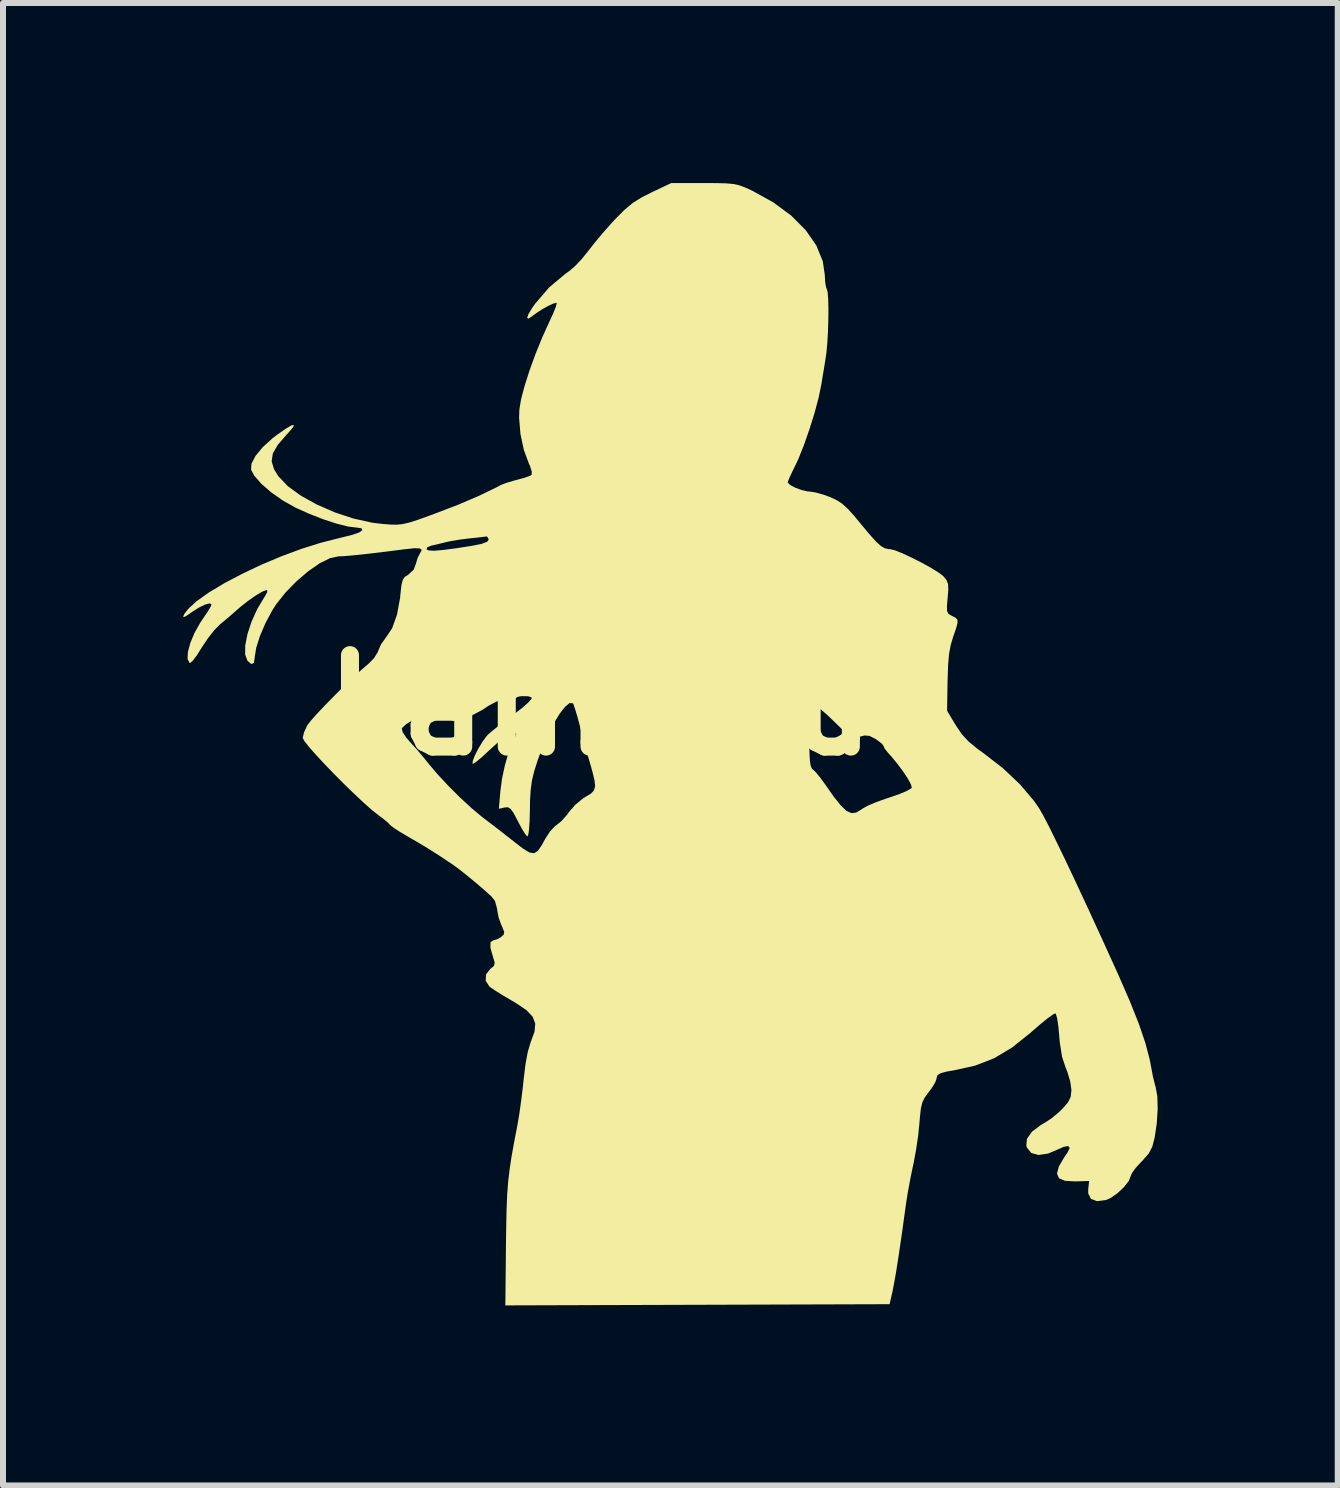
<source format=kicad_pcb>
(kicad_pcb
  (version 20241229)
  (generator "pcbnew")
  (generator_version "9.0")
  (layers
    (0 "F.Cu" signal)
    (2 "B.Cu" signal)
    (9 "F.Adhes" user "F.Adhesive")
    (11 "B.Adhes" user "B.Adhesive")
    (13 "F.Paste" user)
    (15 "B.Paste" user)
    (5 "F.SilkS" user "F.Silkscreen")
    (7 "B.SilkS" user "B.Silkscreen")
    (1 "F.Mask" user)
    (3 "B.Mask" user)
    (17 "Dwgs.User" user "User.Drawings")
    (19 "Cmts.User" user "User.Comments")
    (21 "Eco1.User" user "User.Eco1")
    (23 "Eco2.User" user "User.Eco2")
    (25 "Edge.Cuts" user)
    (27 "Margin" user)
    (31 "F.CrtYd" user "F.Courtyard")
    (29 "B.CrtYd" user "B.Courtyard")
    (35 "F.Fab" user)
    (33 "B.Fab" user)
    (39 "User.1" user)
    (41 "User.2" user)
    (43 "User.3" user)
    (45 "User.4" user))
  (footprint "kanbaru"
    (layer "F.Cu")
    (at 6.954 8.7)
    (property "Reference" "kanbaru" (at 0 0 0) (layer "F.SilkS") (effects (font (size 1.524 1.524) (thickness 0.3))))
    (attr through_hole)
    (fp_poly (pts (xy 1.94 -8.699) (xy 2.099 -8.695) (xy 2.217 -8.684) (xy 2.312 -8.663) (xy 2.405 -8.629) (xy 2.513 -8.58) (xy 2.527 -8.574) (xy 2.879 -8.379) (xy 3.179 -8.158) (xy 3.42 -7.916) (xy 3.597 -7.661) (xy 3.705 -7.397) (xy 3.738 -7.172) (xy 3.745 -7.049) (xy 3.76 -6.96) (xy 3.771 -6.936) (xy 3.786 -6.881) (xy 3.795 -6.765) (xy 3.799 -6.604) (xy 3.797 -6.416) (xy 3.791 -6.219) (xy 3.78 -6.031) (xy 3.765 -5.868) (xy 3.755 -5.8) (xy 3.727 -5.624) (xy 3.697 -5.444) (xy 3.68 -5.34) (xy 3.636 -5.126) (xy 3.567 -4.867) (xy 3.481 -4.593) (xy 3.389 -4.33) (xy 3.299 -4.105) (xy 3.259 -4.02) (xy 3.193 -3.884) (xy 3.144 -3.777) (xy 3.121 -3.718) (xy 3.12 -3.713) (xy 3.155 -3.673) (xy 3.24 -3.627) (xy 3.348 -3.586) (xy 3.453 -3.562) (xy 3.485 -3.56) (xy 3.584 -3.545) (xy 3.721 -3.507) (xy 3.822 -3.47) (xy 3.929 -3.421) (xy 4.022 -3.362) (xy 4.115 -3.279) (xy 4.226 -3.157) (xy 4.345 -3.013) (xy 4.488 -2.842) (xy 4.593 -2.725) (xy 4.674 -2.652) (xy 4.741 -2.614) (xy 4.806 -2.601) (xy 4.829 -2.6) (xy 4.907 -2.581) (xy 5.034 -2.53) (xy 5.19 -2.457) (xy 5.356 -2.373) (xy 5.511 -2.287) (xy 5.637 -2.209) (xy 5.713 -2.15) (xy 5.716 -2.147) (xy 5.768 -2.082) (xy 5.793 -2.015) (xy 5.796 -1.92) (xy 5.785 -1.788) (xy 5.773 -1.649) (xy 5.776 -1.568) (xy 5.798 -1.523) (xy 5.847 -1.493) (xy 5.86 -1.487) (xy 5.919 -1.457) (xy 5.949 -1.422) (xy 5.949 -1.365) (xy 5.921 -1.266) (xy 5.876 -1.136) (xy 5.836 -1.002) (xy 5.809 -0.854) (xy 5.793 -0.671) (xy 5.785 -0.431) (xy 5.784 -0.404) (xy 5.776 0.092) (xy 5.922 0.336) (xy 6.019 0.48) (xy 6.132 0.603) (xy 6.281 0.726) (xy 6.384 0.8) (xy 6.706 1.049) (xy 6.993 1.321) (xy 7.228 1.599) (xy 7.308 1.715) (xy 7.374 1.83) (xy 7.471 2.015) (xy 7.595 2.267) (xy 7.747 2.581) (xy 7.923 2.954) (xy 8.123 3.383) (xy 8.344 3.864) (xy 8.585 4.394) (xy 8.633 4.5) (xy 8.822 4.934) (xy 8.971 5.308) (xy 9.08 5.629) (xy 9.152 5.903) (xy 9.178 6.04) (xy 9.206 6.189) (xy 9.242 6.332) (xy 9.251 6.36) (xy 9.279 6.518) (xy 9.285 6.73) (xy 9.269 6.972) (xy 9.234 7.206) (xy 9.195 7.356) (xy 9.134 7.472) (xy 9.029 7.591) (xy 9.016 7.604) (xy 8.922 7.705) (xy 8.858 7.792) (xy 8.838 7.838) (xy 8.805 7.924) (xy 8.724 8.028) (xy 8.615 8.131) (xy 8.5 8.211) (xy 8.424 8.244) (xy 8.272 8.263) (xy 8.172 8.225) (xy 8.127 8.133) (xy 8.128 8.06) (xy 8.143 7.927) (xy 7.907 7.934) (xy 7.74 7.924) (xy 7.641 7.882) (xy 7.607 7.803) (xy 7.639 7.684) (xy 7.735 7.52) (xy 7.782 7.454) (xy 7.819 7.377) (xy 7.794 7.345) (xy 7.715 7.359) (xy 7.657 7.386) (xy 7.46 7.47) (xy 7.299 7.494) (xy 7.178 7.46) (xy 7.105 7.369) (xy 7.096 7.339) (xy 7.107 7.224) (xy 7.19 7.106) (xy 7.34 6.993) (xy 7.4 6.959) (xy 7.511 6.887) (xy 7.636 6.784) (xy 7.695 6.727) (xy 7.789 6.619) (xy 7.835 6.528) (xy 7.847 6.423) (xy 7.847 6.405) (xy 7.828 6.27) (xy 7.782 6.115) (xy 7.756 6.051) (xy 7.692 5.861) (xy 7.653 5.612) (xy 7.644 5.503) (xy 7.629 5.344) (xy 7.61 5.218) (xy 7.589 5.145) (xy 7.58 5.134) (xy 7.537 5.155) (xy 7.447 5.22) (xy 7.324 5.32) (xy 7.181 5.444) (xy 7.167 5.457) (xy 6.861 5.702) (xy 6.56 5.882) (xy 6.245 6.005) (xy 5.927 6.076) (xy 5.764 6.105) (xy 5.666 6.132) (xy 5.616 6.165) (xy 5.6 6.211) (xy 5.6 6.225) (xy 5.576 6.289) (xy 5.516 6.386) (xy 5.47 6.446) (xy 5.405 6.534) (xy 5.364 6.617) (xy 5.339 6.719) (xy 5.323 6.866) (xy 5.316 6.954) (xy 5.295 7.166) (xy 5.259 7.408) (xy 5.218 7.632) (xy 5.211 7.66) (xy 5.167 7.872) (xy 5.124 8.104) (xy 5.091 8.311) (xy 5.087 8.34) (xy 5.025 8.791) (xy 4.97 9.164) (xy 4.924 9.458) (xy 4.885 9.674) (xy 4.868 9.76) (xy 4.818 9.98) (xy 1.617 9.99) (xy -1.584 10) (xy -1.574 8.989) (xy -1.569 8.652) (xy -1.563 8.376) (xy -1.553 8.143) (xy -1.537 7.936) (xy -1.513 7.734) (xy -1.481 7.521) (xy -1.437 7.278) (xy -1.382 6.991) (xy -1.352 6.814) (xy -1.321 6.593) (xy -1.292 6.36) (xy -1.279 6.233) (xy -1.249 5.984) (xy -1.21 5.775) (xy -1.165 5.624) (xy -1.159 5.607) (xy -1.098 5.44) (xy -1.086 5.305) (xy -1.129 5.19) (xy -1.234 5.08) (xy -1.406 4.963) (xy -1.473 4.924) (xy -1.621 4.837) (xy -1.748 4.758) (xy -1.833 4.7) (xy -1.85 4.687) (xy -1.912 4.59) (xy -1.905 4.483) (xy -1.833 4.392) (xy -1.83 4.39) (xy -1.773 4.343) (xy -1.761 4.289) (xy -1.789 4.195) (xy -1.79 4.192) (xy -1.833 4.04) (xy -1.831 3.948) (xy -1.788 3.92) (xy -1.716 3.898) (xy -1.658 3.864) (xy -1.612 3.823) (xy -1.603 3.778) (xy -1.633 3.701) (xy -1.651 3.662) (xy -1.697 3.535) (xy -1.72 3.412) (xy -1.72 3.397) (xy -1.757 3.262) (xy -1.814 3.188) (xy -1.934 3.08) (xy -2.081 2.954) (xy -2.234 2.828) (xy -2.37 2.721) (xy -2.454 2.66) (xy -2.676 2.512) (xy -2.864 2.392) (xy -3.047 2.282) (xy -3.189 2.2) (xy -3.326 2.119) (xy -3.434 2.05) (xy -3.496 2.003) (xy -3.503 1.995) (xy -3.548 1.95) (xy -3.635 1.879) (xy -3.694 1.836) (xy -3.804 1.749) (xy -3.944 1.625) (xy -4.104 1.475) (xy -4.275 1.309) (xy -4.446 1.137) (xy -4.608 0.969) (xy -4.75 0.815) (xy -4.863 0.686) (xy -4.936 0.592) (xy -4.96 0.545) (xy -4.939 0.454) (xy -4.909 0.389) (xy -3.309 0.389) (xy -3.295 0.449) (xy -3.233 0.543) (xy -3.172 0.613) (xy -3.054 0.743) (xy -2.926 0.895) (xy -2.858 0.98) (xy -2.716 1.148) (xy -2.537 1.34) (xy -2.341 1.536) (xy -2.148 1.714) (xy -1.98 1.855) (xy -1.948 1.88) (xy -1.829 1.97) (xy -1.674 2.089) (xy -1.511 2.217) (xy -1.449 2.266) (xy -1.294 2.386) (xy -1.185 2.453) (xy -1.106 2.467) (xy -1.041 2.426) (xy -0.975 2.328) (xy -0.916 2.22) (xy -0.841 2.105) (xy -0.76 2.017) (xy -0.728 1.994) (xy -0.649 1.93) (xy -0.559 1.829) (xy -0.526 1.782) (xy -0.419 1.659) (xy -0.286 1.55) (xy -0.245 1.525) (xy -0.159 1.473) (xy -0.108 1.42) (xy -0.088 1.35) (xy -0.099 1.246) (xy -0.137 1.093) (xy -0.175 0.96) (xy -0.216 0.819) (xy -0.267 0.632) (xy -0.291 0.54) (xy 3.48 0.54) (xy 3.482 0.76) (xy 3.489 0.911) (xy 3.502 1.005) (xy 3.523 1.056) (xy 3.537 1.068) (xy 3.588 1.116) (xy 3.665 1.21) (xy 3.747 1.323) (xy 3.893 1.531) (xy 4.009 1.675) (xy 4.102 1.762) (xy 4.183 1.798) (xy 4.261 1.789) (xy 4.344 1.74) (xy 4.366 1.724) (xy 4.447 1.678) (xy 4.582 1.62) (xy 4.745 1.561) (xy 4.815 1.538) (xy 4.972 1.484) (xy 5.098 1.432) (xy 5.174 1.389) (xy 5.188 1.374) (xy 5.174 1.319) (xy 5.121 1.221) (xy 5.039 1.098) (xy 4.94 0.966) (xy 4.838 0.843) (xy 4.79 0.791) (xy 4.736 0.723) (xy 4.72 0.683) (xy 4.689 0.641) (xy 4.612 0.581) (xy 4.586 0.563) (xy 4.483 0.511) (xy 4.398 0.504) (xy 4.323 0.525) (xy 4.259 0.544) (xy 4.206 0.542) (xy 4.147 0.51) (xy 4.065 0.439) (xy 3.944 0.321) (xy 3.942 0.319) (xy 3.788 0.17) (xy 3.678 0.074) (xy 3.6 0.023) (xy 3.547 0.011) (xy 3.52 0.02) (xy 3.504 0.069) (xy 3.491 0.183) (xy 3.483 0.349) (xy 3.48 0.54) (xy -0.291 0.54) (xy -0.319 0.435) (xy -0.337 0.367) (xy -0.38 0.204) (xy -0.42 0.071) (xy -0.448 -0.013) (xy -0.458 -0.032) (xy -0.512 -0.037) (xy -0.586 0.023) (xy -0.676 0.137) (xy -0.773 0.295) (xy -0.872 0.486) (xy -0.966 0.701) (xy -1.043 0.91) (xy -1.103 1.098) (xy -1.141 1.255) (xy -1.162 1.41) (xy -1.173 1.594) (xy -1.175 1.746) (xy -1.18 1.932) (xy -1.19 2.076) (xy -1.204 2.165) (xy -1.217 2.187) (xy -1.252 2.148) (xy -1.31 2.056) (xy -1.376 1.931) (xy -1.377 1.929) (xy -1.446 1.798) (xy -1.497 1.727) (xy -1.543 1.7) (xy -1.596 1.704) (xy -1.692 1.725) (xy -1.667 1.432) (xy -1.639 1.223) (xy -1.592 1.002) (xy -1.532 0.794) (xy -1.466 0.626) (xy -1.433 0.564) (xy -1.404 0.493) (xy -1.408 0.459) (xy -1.465 0.456) (xy -1.567 0.511) (xy -1.707 0.619) (xy -1.872 0.769) (xy -1.983 0.872) (xy -2.072 0.945) (xy -2.123 0.977) (xy -2.13 0.977) (xy -2.127 0.929) (xy -2.092 0.837) (xy -2.034 0.723) (xy -1.965 0.609) (xy -1.897 0.516) (xy -1.873 0.489) (xy -1.801 0.427) (xy -1.683 0.333) (xy -1.538 0.223) (xy -1.449 0.157) (xy -1.308 0.049) (xy -1.205 -0.042) (xy -1.149 -0.106) (xy -1.144 -0.127) (xy -1.199 -0.149) (xy -1.307 -0.151) (xy -1.445 -0.136) (xy -1.59 -0.107) (xy -1.719 -0.066) (xy -1.724 -0.064) (xy -1.853 0.002) (xy -1.969 0.079) (xy -2.143 0.171) (xy -2.329 0.185) (xy -2.529 0.121) (xy -2.532 0.12) (xy -2.642 0.068) (xy -2.713 0.051) (xy -2.779 0.068) (xy -2.846 0.101) (xy -2.974 0.168) (xy -3.113 0.241) (xy -3.134 0.252) (xy -3.234 0.314) (xy -3.299 0.373) (xy -3.309 0.389) (xy -4.909 0.389) (xy -4.889 0.345) (xy -4.882 0.332) (xy -4.823 0.256) (xy -4.719 0.139) (xy -4.582 -0.006) (xy -4.425 -0.166) (xy -4.262 -0.328) (xy -4.104 -0.478) (xy -3.966 -0.604) (xy -3.867 -0.688) (xy -3.774 -0.782) (xy -3.711 -0.883) (xy -3.702 -0.908) (xy -3.654 -1.017) (xy -3.579 -1.121) (xy -3.47 -1.283) (xy -3.389 -1.51) (xy -3.338 -1.787) (xy -3.332 -1.851) (xy -3.316 -1.998) (xy -3.294 -2.087) (xy -3.258 -2.139) (xy -3.206 -2.171) (xy -3.111 -2.259) (xy -3.077 -2.35) (xy -3.044 -2.458) (xy -3.003 -2.536) (xy -2.976 -2.586) (xy -2.987 -2.596) (xy -2.898 -2.596) (xy -2.858 -2.578) (xy -2.767 -2.574) (xy -2.617 -2.587) (xy -2.403 -2.615) (xy -2.14 -2.656) (xy -1.978 -2.689) (xy -1.887 -2.724) (xy -1.86 -2.761) (xy -1.886 -2.808) (xy -1.908 -2.811) (xy -1.973 -2.802) (xy -2.088 -2.789) (xy -2.188 -2.779) (xy -2.345 -2.759) (xy -2.493 -2.735) (xy -2.56 -2.72) (xy -2.691 -2.688) (xy -2.811 -2.661) (xy -2.812 -2.661) (xy -2.884 -2.632) (xy -2.898 -2.596) (xy -2.987 -2.596) (xy -3.005 -2.612) (xy -3.097 -2.616) (xy -3.259 -2.599) (xy -3.26 -2.599) (xy -3.588 -2.557) (xy -3.875 -2.523) (xy -4.109 -2.498) (xy -4.281 -2.483) (xy -4.365 -2.48) (xy -4.508 -2.449) (xy -4.682 -2.362) (xy -4.871 -2.23) (xy -5.063 -2.066) (xy -5.244 -1.881) (xy -5.4 -1.685) (xy -5.468 -1.58) (xy -5.581 -1.368) (xy -5.673 -1.153) (xy -5.735 -0.957) (xy -5.76 -0.803) (xy -5.76 -0.794) (xy -5.775 -0.703) (xy -5.817 -0.686) (xy -5.881 -0.741) (xy -5.919 -0.844) (xy -5.918 -0.997) (xy -5.881 -1.185) (xy -5.813 -1.392) (xy -5.718 -1.602) (xy -5.601 -1.798) (xy -5.592 -1.81) (xy -5.552 -1.883) (xy -5.553 -1.919) (xy -5.558 -1.92) (xy -5.627 -1.896) (xy -5.737 -1.832) (xy -5.869 -1.74) (xy -6.002 -1.635) (xy -6.049 -1.594) (xy -6.174 -1.484) (xy -6.305 -1.374) (xy -6.34 -1.345) (xy -6.431 -1.253) (xy -6.538 -1.118) (xy -6.638 -0.968) (xy -6.646 -0.955) (xy -6.725 -0.83) (xy -6.793 -0.741) (xy -6.838 -0.702) (xy -6.844 -0.703) (xy -6.879 -0.768) (xy -6.874 -0.884) (xy -6.834 -1.034) (xy -6.764 -1.203) (xy -6.668 -1.374) (xy -6.62 -1.446) (xy -6.545 -1.556) (xy -6.494 -1.642) (xy -6.48 -1.679) (xy -6.51 -1.697) (xy -6.587 -1.677) (xy -6.692 -1.626) (xy -6.808 -1.552) (xy -6.83 -1.535) (xy -6.92 -1.475) (xy -6.954 -1.472) (xy -6.932 -1.522) (xy -6.869 -1.603) (xy -6.727 -1.734) (xy -6.521 -1.88) (xy -6.264 -2.034) (xy -5.969 -2.189) (xy -5.649 -2.341) (xy -5.316 -2.481) (xy -4.985 -2.604) (xy -4.668 -2.704) (xy -4.56 -2.732) (xy -4.393 -2.774) (xy -4.229 -2.815) (xy -4.13 -2.84) (xy -4.017 -2.879) (xy -3.966 -2.918) (xy -3.98 -2.948) (xy -4.064 -2.96) (xy -4.066 -2.96) (xy -4.204 -2.977) (xy -4.394 -3.025) (xy -4.615 -3.097) (xy -4.847 -3.187) (xy -5.072 -3.288) (xy -5.08 -3.292) (xy -5.289 -3.409) (xy -5.483 -3.545) (xy -5.647 -3.687) (xy -5.766 -3.822) (xy -5.821 -3.923) (xy -5.814 -4.025) (xy -5.746 -4.155) (xy -5.626 -4.3) (xy -5.461 -4.45) (xy -5.394 -4.501) (xy -5.244 -4.606) (xy -5.148 -4.663) (xy -5.107 -4.67) (xy -5.124 -4.628) (xy -5.202 -4.537) (xy -5.227 -4.51) (xy -5.375 -4.339) (xy -5.458 -4.195) (xy -5.478 -4.063) (xy -5.437 -3.929) (xy -5.366 -3.815) (xy -5.21 -3.651) (xy -4.991 -3.491) (xy -4.724 -3.343) (xy -4.426 -3.213) (xy -4.114 -3.11) (xy -3.802 -3.041) (xy -3.627 -3.02) (xy -3.496 -3.01) (xy -3.392 -3.008) (xy -3.295 -3.018) (xy -3.187 -3.043) (xy -3.05 -3.086) (xy -2.865 -3.153) (xy -2.76 -3.191) (xy -2.362 -3.344) (xy -2.025 -3.488) (xy -1.728 -3.632) (xy -1.66 -3.668) (xy -1.574 -3.702) (xy -1.448 -3.74) (xy -1.38 -3.758) (xy -1.259 -3.791) (xy -1.171 -3.823) (xy -1.147 -3.838) (xy -1.143 -3.89) (xy -1.172 -3.983) (xy -1.191 -4.025) (xy -1.275 -4.25) (xy -1.332 -4.516) (xy -1.355 -4.788) (xy -1.35 -4.93) (xy -1.322 -5.097) (xy -1.264 -5.318) (xy -1.182 -5.575) (xy -1.082 -5.851) (xy -0.97 -6.127) (xy -0.852 -6.387) (xy -0.85 -6.391) (xy -0.787 -6.528) (xy -0.744 -6.636) (xy -0.728 -6.697) (xy -0.729 -6.703) (xy -0.773 -6.697) (xy -0.86 -6.658) (xy -0.967 -6.599) (xy -1.071 -6.532) (xy -1.13 -6.487) (xy -1.198 -6.441) (xy -1.221 -6.453) (xy -1.2 -6.515) (xy -1.137 -6.62) (xy -1.089 -6.688) (xy -0.854 -6.962) (xy -0.58 -7.191) (xy -0.519 -7.234) (xy -0.423 -7.316) (xy -0.309 -7.437) (xy -0.208 -7.562) (xy -0.1 -7.7) (xy 0.039 -7.867) (xy 0.186 -8.033) (xy 0.238 -8.09) (xy 0.397 -8.25) (xy 0.538 -8.368) (xy 0.692 -8.464) (xy 0.847 -8.542) (xy 1.18 -8.7) (xy 1.72 -8.7)) (stroke (width 0) (type solid)) (fill yes) (layer "F.SilkS")))
  (gr_rect
    (start -3 -3)
    (end 19.239 21.7)
    (stroke (width 0.1) (type default))
    (fill no)
    (layer "Edge.Cuts")))
</source>
